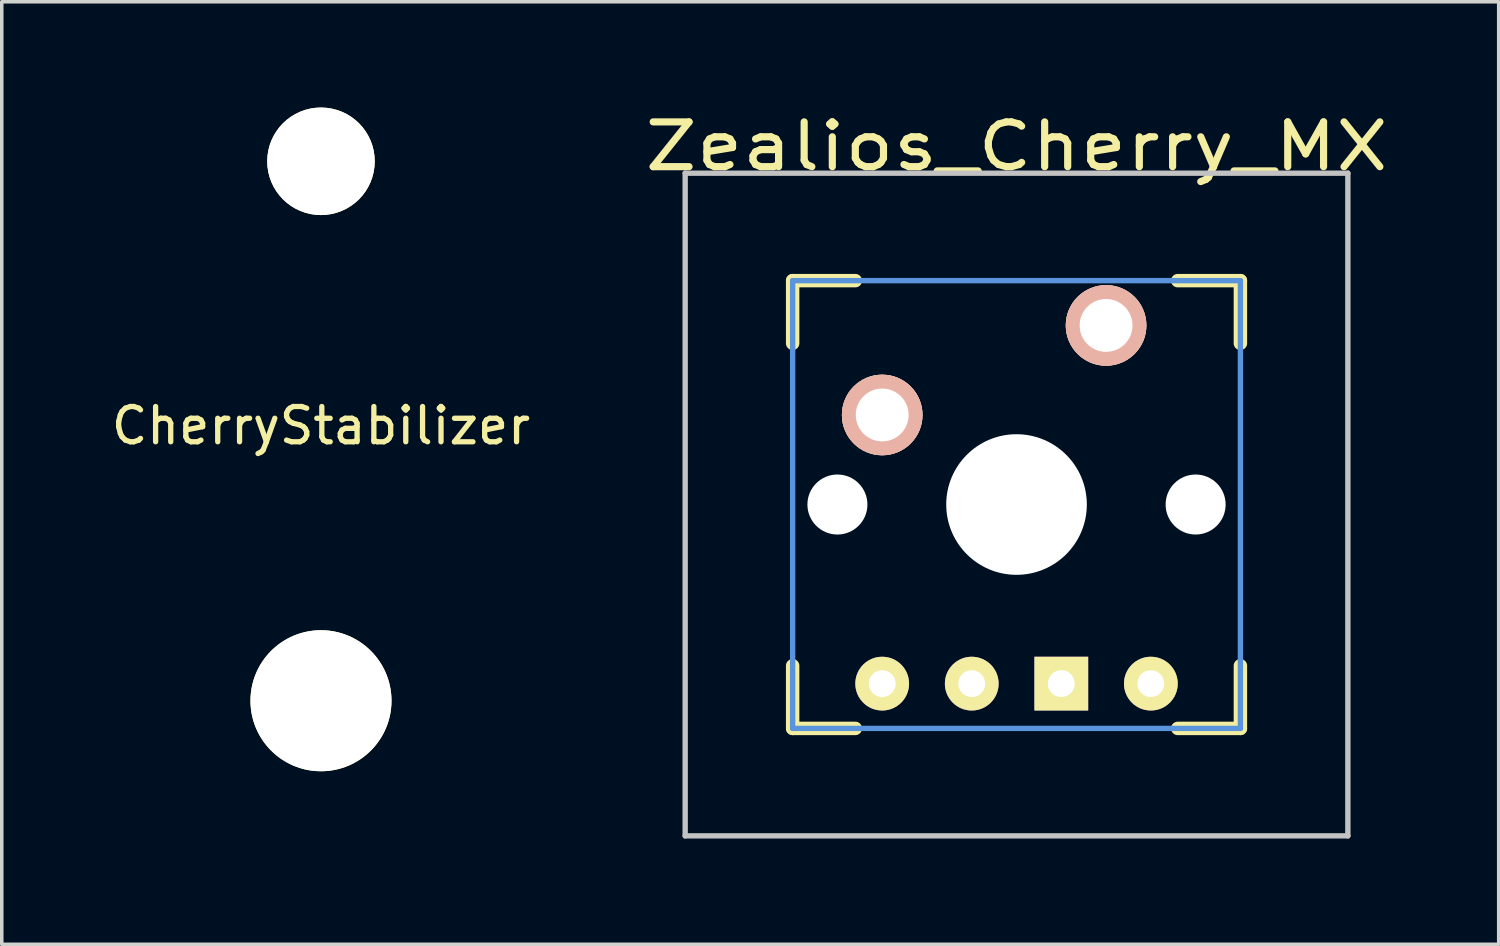
<source format=kicad_pcb>
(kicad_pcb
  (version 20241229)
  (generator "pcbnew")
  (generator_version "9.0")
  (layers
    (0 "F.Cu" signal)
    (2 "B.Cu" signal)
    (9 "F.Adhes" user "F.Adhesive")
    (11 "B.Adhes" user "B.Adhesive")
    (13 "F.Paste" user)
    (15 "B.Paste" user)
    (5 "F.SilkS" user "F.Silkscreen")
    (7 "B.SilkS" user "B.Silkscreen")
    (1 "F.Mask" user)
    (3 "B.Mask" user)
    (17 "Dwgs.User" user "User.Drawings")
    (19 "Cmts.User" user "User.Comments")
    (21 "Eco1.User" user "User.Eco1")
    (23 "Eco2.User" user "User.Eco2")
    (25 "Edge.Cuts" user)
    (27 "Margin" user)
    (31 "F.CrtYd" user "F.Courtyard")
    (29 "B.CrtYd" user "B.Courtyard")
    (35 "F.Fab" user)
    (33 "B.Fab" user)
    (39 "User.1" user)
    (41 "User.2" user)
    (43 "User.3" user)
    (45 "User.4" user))
  (footprint "Zealios_Cherry_MX"
    (layer "F.Cu")
    (at 25.782 11.26)
    (property "Reference" "Zealios_Cherry_MX" (at 0 -10.16 0) (layer "F.SilkS") (effects (font (size 1.27 1.524) (thickness 0.203))))
    (attr through_hole)
    (fp_line (start -6.35 -6.35) (end -4.572 -6.35) (stroke (width 0.381) (type solid)) (layer "F.SilkS"))
    (fp_line (start -6.35 -4.572) (end -6.35 -6.35) (stroke (width 0.381) (type solid)) (layer "F.SilkS"))
    (fp_line (start -6.35 6.35) (end -6.35 4.572) (stroke (width 0.381) (type solid)) (layer "F.SilkS"))
    (fp_line (start -4.572 6.35) (end -6.35 6.35) (stroke (width 0.381) (type solid)) (layer "F.SilkS"))
    (fp_line (start 4.572 -6.35) (end 6.35 -6.35) (stroke (width 0.381) (type solid)) (layer "F.SilkS"))
    (fp_line (start 6.35 -6.35) (end 6.35 -4.572) (stroke (width 0.381) (type solid)) (layer "F.SilkS"))
    (fp_line (start 6.35 4.572) (end 6.35 6.35) (stroke (width 0.381) (type solid)) (layer "F.SilkS"))
    (fp_line (start 6.35 6.35) (end 4.572 6.35) (stroke (width 0.381) (type solid)) (layer "F.SilkS"))
    (fp_line (start -9.398 -9.398) (end 9.398 -9.398) (stroke (width 0.152) (type solid)) (layer "Dwgs.User"))
    (fp_line (start -9.398 9.398) (end -9.398 -9.398) (stroke (width 0.152) (type solid)) (layer "Dwgs.User"))
    (fp_line (start 9.398 -9.398) (end 9.398 9.398) (stroke (width 0.152) (type solid)) (layer "Dwgs.User"))
    (fp_line (start 9.398 9.398) (end -9.398 9.398) (stroke (width 0.152) (type solid)) (layer "Dwgs.User"))
    (fp_line (start -6.35 -6.35) (end 6.35 -6.35) (stroke (width 0.152) (type solid)) (layer "Cmts.User"))
    (fp_line (start -6.35 6.35) (end -6.35 -6.35) (stroke (width 0.152) (type solid)) (layer "Cmts.User"))
    (fp_line (start 6.35 -6.35) (end 6.35 6.35) (stroke (width 0.152) (type solid)) (layer "Cmts.User"))
    (fp_line (start 6.35 6.35) (end -6.35 6.35) (stroke (width 0.152) (type solid)) (layer "Cmts.User"))
    (fp_line (start -6.985 -6.985) (end 6.985 -6.985) (stroke (width 0.152) (type solid)) (layer "Eco2.User"))
    (fp_line (start -6.985 6.985) (end -6.985 -6.985) (stroke (width 0.152) (type solid)) (layer "Eco2.User"))
    (fp_line (start 6.985 -6.985) (end 6.985 6.985) (stroke (width 0.152) (type solid)) (layer "Eco2.User"))
    (fp_line (start 6.985 6.985) (end -6.985 6.985) (stroke (width 0.152) (type solid)) (layer "Eco2.User"))
    (pad "" np_thru_hole circle (at -5.08 0) (size 1.702 1.702) (drill 1.702) (layers "*.Cu"))
    (pad "" np_thru_hole circle (at 0 0) (size 3.988 3.988) (drill 3.988) (layers "*.Cu"))
    (pad "" np_thru_hole circle (at 5.08 0) (size 1.702 1.702) (drill 1.702) (layers "*.Cu"))
    (pad "1" thru_hole circle (at 2.54 -5.08) (size 2.286 2.286) (drill 1.499) (layers "*.Cu" "*.SilkS" "*.Mask"))
    (pad "2" thru_hole circle (at -3.81 -2.54) (size 2.286 2.286) (drill 1.499) (layers "*.Cu" "*.SilkS" "*.Mask"))
    (pad "3" thru_hole circle (at 3.81 5.08) (size 1.524 1.524) (drill 0.762) (layers "*.Cu" "*.Mask" "F.SilkS"))
    (pad "4" thru_hole rect (at 1.27 5.08) (size 1.524 1.524) (drill 0.762) (layers "*.Cu" "*.Mask" "F.SilkS"))
    (pad "5" thru_hole circle (at -1.27 5.08) (size 1.524 1.524) (drill 0.762) (layers "*.Cu" "*.Mask" "F.SilkS"))
    (pad "6" thru_hole circle (at -3.81 5.08) (size 1.524 1.524) (drill 0.762) (layers "*.Cu" "*.Mask" "F.SilkS")))
  (footprint "CherryStabilizer"
    (layer "F.Cu")
    (at 6.054 8.525)
    (property "Reference" "CherryStabilizer" (at 0 0.5 0) (layer "F.SilkS") (effects (font (size 1 1) (thickness 0.15))))
    (attr through_hole)
    (pad "" np_thru_hole circle (at 0 -7) (size 3.05 3.05) (drill 3.05) (layers "*.Cu" "*.Mask" "F.SilkS"))
    (pad "" np_thru_hole circle (at 0 8.3) (size 4 4) (drill 4) (layers "*.Cu" "*.Mask" "F.SilkS")))
  (gr_rect
    (start -3 -3)
    (end 39.458 23.734)
    (stroke (width 0.1) (type default))
    (fill no)
    (layer "Edge.Cuts")))
</source>
